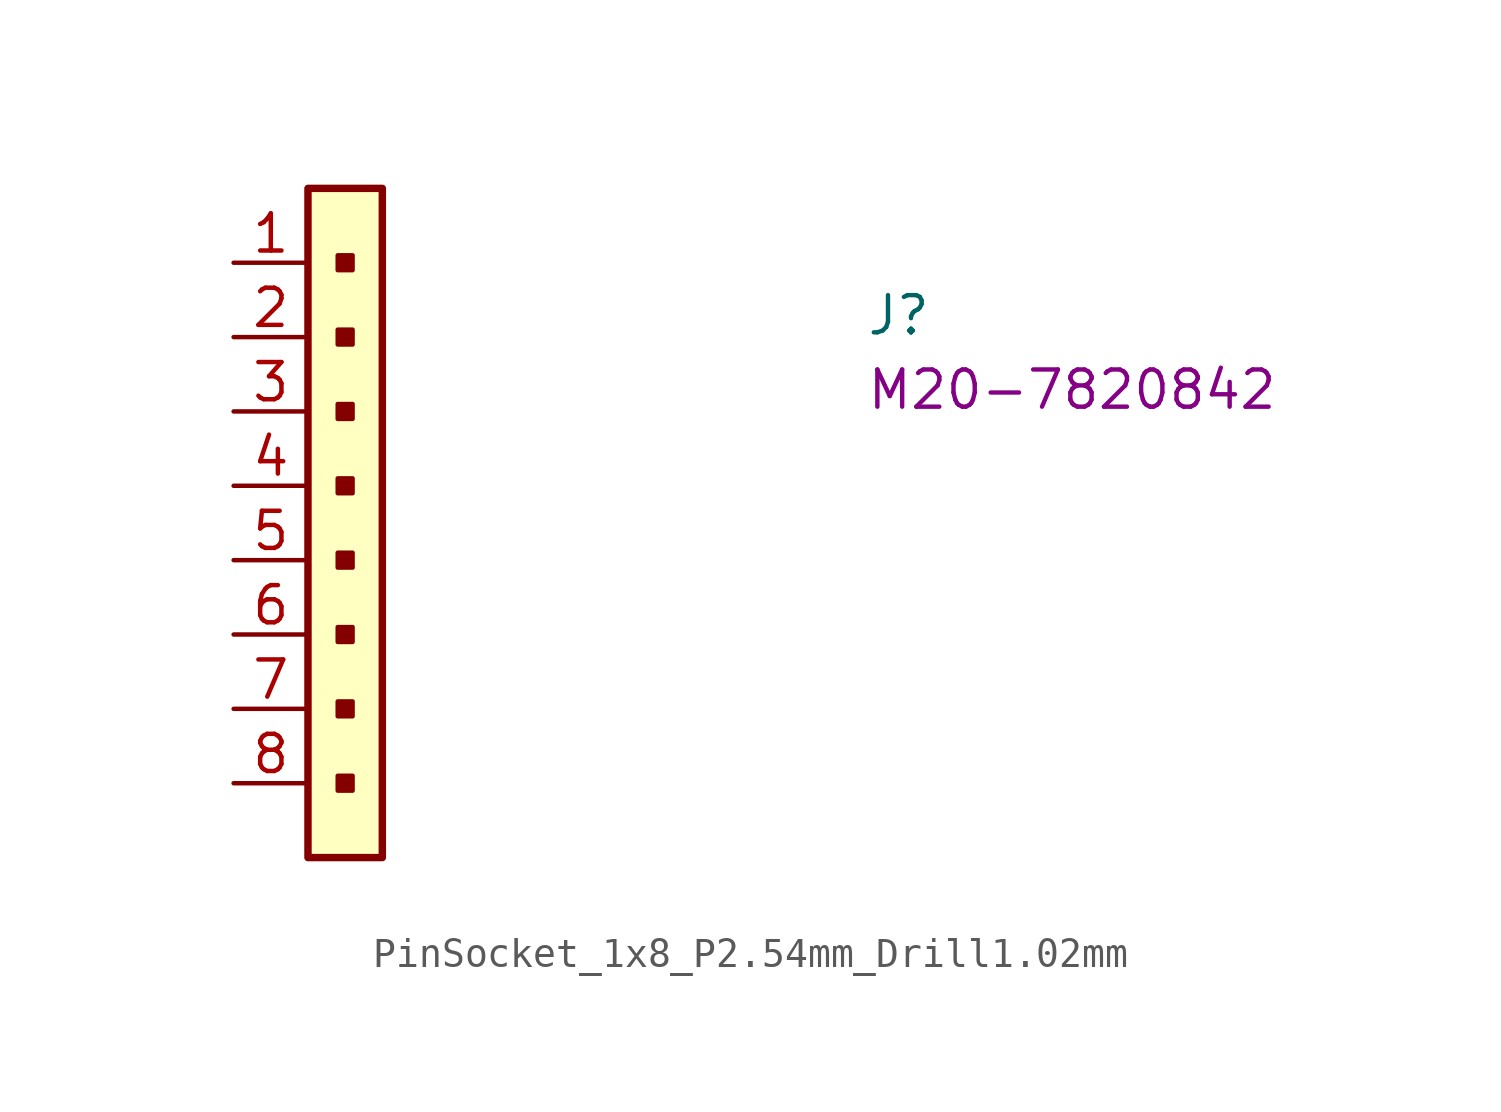
<source format=kicad_sym>
(kicad_symbol_lib
  (version 20220914)
  (generator kicad_symbol_editor)
  (symbol "PinSocket_1x8_P2.54mm_Drill1.02mm"
    (pin_names hide)
    (property "Reference" "J"
      (at 21.59 -2.54 0)
      (effects (font (size 1.27 1.27) (thickness 0.15)) (justify left bottom)))
    (property "MPN" "M20-7820842"
      (at 21.59 -5.08 0)
      (effects (font (size 1.27 1.27) (thickness 0.15)) (justify left bottom)))
    (symbol "PinSocket_1x8_P2.54mm_Drill1.02mm_0_1"
      (rectangle (start 3.556 -17.526) (end 4.064 -18.034) (stroke (width 0) (type default)) (fill (type outline)))
      (rectangle (start 3.556 -14.986) (end 4.064 -15.494) (stroke (width 0) (type default)) (fill (type outline)))
      (rectangle (start 3.556 -12.446) (end 4.064 -12.954) (stroke (width 0) (type default)) (fill (type outline)))
      (rectangle (start 3.556 -9.906) (end 4.064 -10.414) (stroke (width 0) (type default)) (fill (type outline)))
      (rectangle (start 3.556 -7.366) (end 4.064 -7.874) (stroke (width 0) (type default)) (fill (type outline)))
      (rectangle (start 3.556 -4.826) (end 4.064 -5.334) (stroke (width 0) (type default)) (fill (type outline)))
      (rectangle (start 3.556 -2.286) (end 4.064 -2.794) (stroke (width 0) (type default)) (fill (type outline)))
      (rectangle (start 3.556 0.254) (end 4.064 -0.254) (stroke (width 0) (type default)) (fill (type outline))))
    (symbol "PinSocket_1x8_P2.54mm_Drill1.02mm_1_1"
      (rectangle (start 2.54 2.54) (end 5.08 -20.32) (stroke (width 0.254) (type default)) (fill (type background)))
      (pin passive line (at 0 0 0) (length 2.54) (name "1" (effects (font (size 1.27 1.27)))) (number "1" (effects (font (size 1.27 1.27)))))
      (pin passive line (at 0 -2.54 0) (length 2.54) (name "2" (effects (font (size 1.27 1.27)))) (number "2" (effects (font (size 1.27 1.27)))))
      (pin passive line (at 0 -5.08 0) (length 2.54) (name "3" (effects (font (size 1.27 1.27)))) (number "3" (effects (font (size 1.27 1.27)))))
      (pin passive line (at 0 -7.62 0) (length 2.54) (name "4" (effects (font (size 1.27 1.27)))) (number "4" (effects (font (size 1.27 1.27)))))
      (pin passive line (at 0 -10.16 0) (length 2.54) (name "5" (effects (font (size 1.27 1.27)))) (number "5" (effects (font (size 1.27 1.27)))))
      (pin passive line (at 0 -12.7 0) (length 2.54) (name "6" (effects (font (size 1.27 1.27)))) (number "6" (effects (font (size 1.27 1.27)))))
      (pin passive line (at 0 -15.24 0) (length 2.54) (name "7" (effects (font (size 1.27 1.27)))) (number "7" (effects (font (size 1.27 1.27)))))
      (pin passive line (at 0 -17.78 0) (length 2.54) (name "8" (effects (font (size 1.27 1.27)))) (number "8" (effects (font (size 1.27 1.27))))))))
</source>
